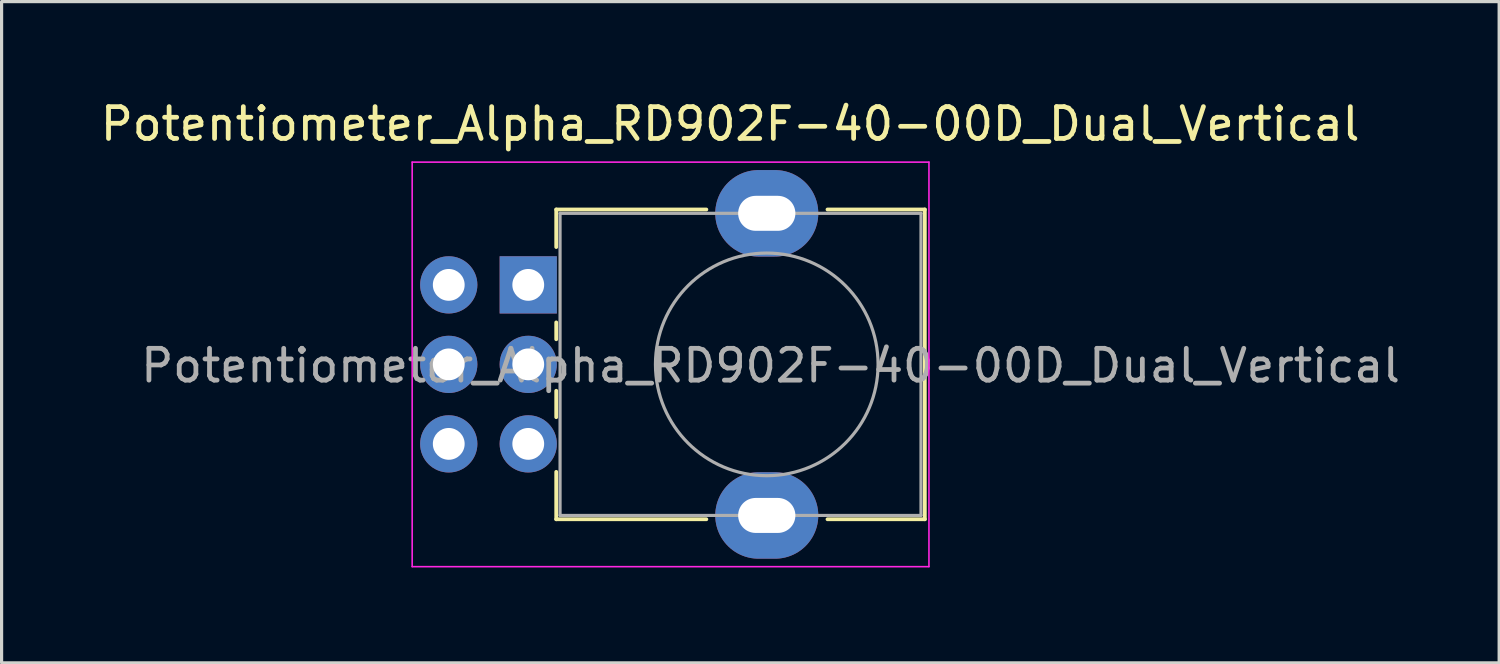
<source format=kicad_pcb>
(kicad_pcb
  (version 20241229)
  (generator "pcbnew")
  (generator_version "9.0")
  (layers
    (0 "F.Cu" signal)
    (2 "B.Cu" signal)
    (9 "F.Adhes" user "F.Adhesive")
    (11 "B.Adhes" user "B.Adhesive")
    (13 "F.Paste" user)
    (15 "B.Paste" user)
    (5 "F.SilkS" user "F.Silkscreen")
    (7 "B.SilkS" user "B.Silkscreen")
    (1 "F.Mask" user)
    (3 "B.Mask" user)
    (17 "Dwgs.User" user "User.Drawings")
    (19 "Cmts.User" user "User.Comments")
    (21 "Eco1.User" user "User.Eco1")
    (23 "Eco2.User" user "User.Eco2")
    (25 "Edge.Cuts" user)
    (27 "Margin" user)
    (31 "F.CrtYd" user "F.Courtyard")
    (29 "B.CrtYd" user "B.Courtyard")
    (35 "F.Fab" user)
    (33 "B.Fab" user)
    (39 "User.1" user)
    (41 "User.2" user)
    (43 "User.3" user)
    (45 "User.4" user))
  (footprint "Potentiometer_Alpha_RD902F-40-00D_Dual_Vertical"
    (layer "F.Cu")
    (at 21.061 8.408)
    (property "Reference" "Potentiometer_Alpha_RD902F-40-00D_Dual_Vertical" (at -1.15 -7.56 180) (layer "F.SilkS") (effects (font (size 1 1) (thickness 0.15))))
    (attr through_hole)
    (fp_line (start -6.62 -4.87) (end -1.9 -4.87) (stroke (width 0.12) (type solid)) (layer "F.SilkS"))
    (fp_line (start -6.62 -3.69) (end -6.62 -4.87) (stroke (width 0.12) (type solid)) (layer "F.SilkS"))
    (fp_line (start -6.62 -0.79) (end -6.62 -1.32) (stroke (width 0.12) (type solid)) (layer "F.SilkS"))
    (fp_line (start -6.62 1.66) (end -6.62 0.83) (stroke (width 0.12) (type solid)) (layer "F.SilkS"))
    (fp_line (start -6.62 4.87) (end -6.62 3.38) (stroke (width 0.12) (type solid)) (layer "F.SilkS"))
    (fp_line (start -6.62 4.87) (end -1.9 4.87) (stroke (width 0.12) (type solid)) (layer "F.SilkS"))
    (fp_line (start 1.91 -4.87) (end 4.97 -4.87) (stroke (width 0.12) (type solid)) (layer "F.SilkS"))
    (fp_line (start 1.91 4.87) (end 4.97 4.87) (stroke (width 0.12) (type solid)) (layer "F.SilkS"))
    (fp_line (start 4.97 4.87) (end 4.97 -4.87) (stroke (width 0.12) (type solid)) (layer "F.SilkS"))
    (fp_line (start -11.15 -6.36) (end -11.15 6.36) (stroke (width 0.05) (type solid)) (layer "F.CrtYd"))
    (fp_line (start -11.15 6.36) (end 5.1 6.36) (stroke (width 0.05) (type solid)) (layer "F.CrtYd"))
    (fp_line (start 5.1 -6.36) (end -11.15 -6.36) (stroke (width 0.05) (type solid)) (layer "F.CrtYd"))
    (fp_line (start 5.1 6.36) (end 5.1 -6.36) (stroke (width 0.05) (type solid)) (layer "F.CrtYd"))
    (fp_line (start -6.5 -4.75) (end 4.85 -4.75) (stroke (width 0.1) (type solid)) (layer "F.Fab"))
    (fp_line (start -6.5 4.75) (end -6.5 -4.75) (stroke (width 0.1) (type solid)) (layer "F.Fab"))
    (fp_line (start -6.5 4.75) (end 4.85 4.75) (stroke (width 0.1) (type solid)) (layer "F.Fab"))
    (fp_line (start 4.85 4.75) (end 4.85 -4.75) (stroke (width 0.1) (type solid)) (layer "F.Fab"))
    (fp_circle (center 0 0) (end 0 -3.5) (stroke (width 0.1) (type solid)) (fill no) (layer "F.Fab"))
    (fp_text user "${REFERENCE}" (at 0.12 0.04 0) (layer "F.Fab") (effects (font (size 1 1) (thickness 0.15))))
    (pad "" thru_hole oval (at 0 -4.75 90) (size 2.72 3.24) (drill oval 1.1 1.8) (layers "*.Cu" "*.Mask"))
    (pad "" thru_hole oval (at 0 4.75 90) (size 2.72 3.24) (drill oval 1.1 1.8) (layers "*.Cu" "*.Mask"))
    (pad "1" thru_hole rect (at -7.5 -2.5 90) (size 1.8 1.8) (drill 1) (layers "*.Cu" "*.Mask"))
    (pad "2" thru_hole circle (at -7.5 0 90) (size 1.8 1.8) (drill 1) (layers "*.Cu" "*.Mask"))
    (pad "3" thru_hole circle (at -7.5 2.5 90) (size 1.8 1.8) (drill 1) (layers "*.Cu" "*.Mask"))
    (pad "4" thru_hole circle (at -10 -2.5 90) (size 1.8 1.8) (drill 1) (layers "*.Cu" "*.Mask"))
    (pad "5" thru_hole circle (at -10 0 90) (size 1.8 1.8) (drill 1) (layers "*.Cu" "*.Mask"))
    (pad "6" thru_hole circle (at -10 2.5 90) (size 1.8 1.8) (drill 1) (layers "*.Cu" "*.Mask")))
  (gr_rect
    (start -3 -3)
    (end 44.091 17.793)
    (stroke (width 0.1) (type default))
    (fill no)
    (layer "Edge.Cuts")))
</source>
